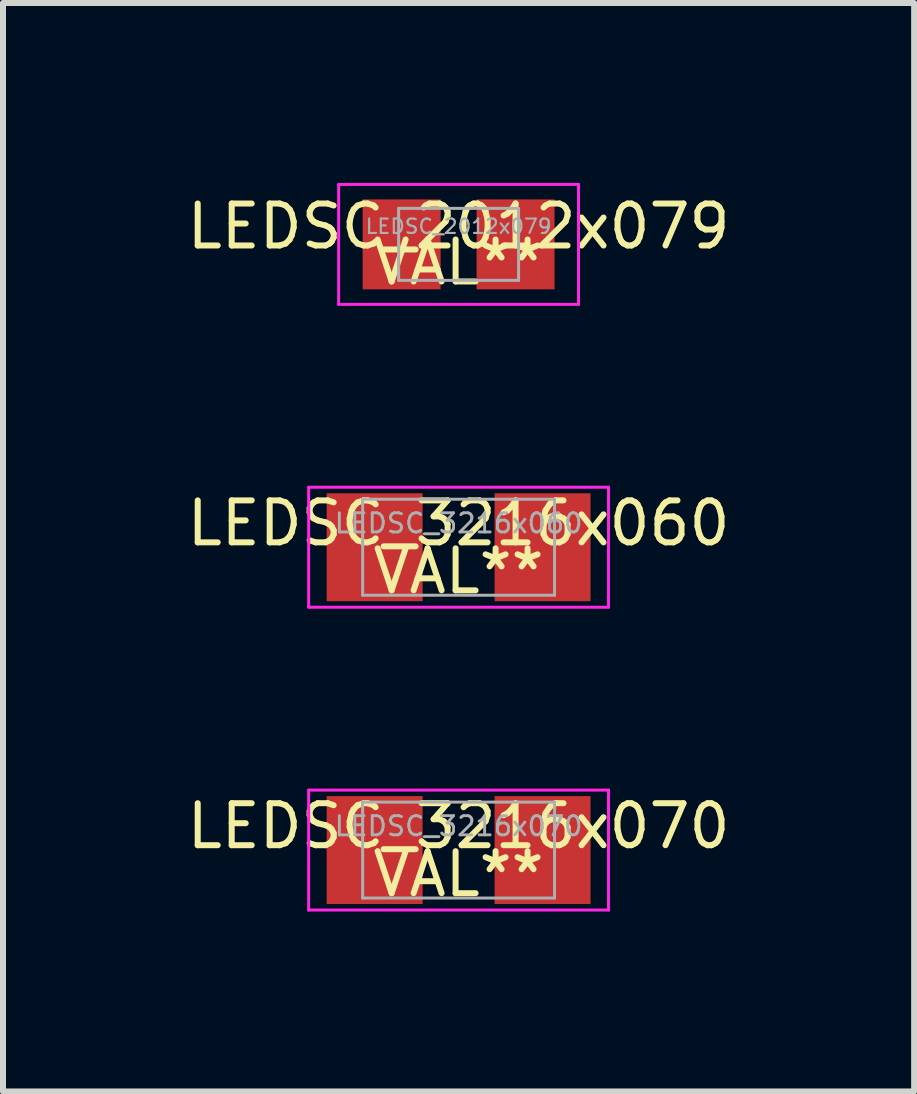
<source format=kicad_pcb>
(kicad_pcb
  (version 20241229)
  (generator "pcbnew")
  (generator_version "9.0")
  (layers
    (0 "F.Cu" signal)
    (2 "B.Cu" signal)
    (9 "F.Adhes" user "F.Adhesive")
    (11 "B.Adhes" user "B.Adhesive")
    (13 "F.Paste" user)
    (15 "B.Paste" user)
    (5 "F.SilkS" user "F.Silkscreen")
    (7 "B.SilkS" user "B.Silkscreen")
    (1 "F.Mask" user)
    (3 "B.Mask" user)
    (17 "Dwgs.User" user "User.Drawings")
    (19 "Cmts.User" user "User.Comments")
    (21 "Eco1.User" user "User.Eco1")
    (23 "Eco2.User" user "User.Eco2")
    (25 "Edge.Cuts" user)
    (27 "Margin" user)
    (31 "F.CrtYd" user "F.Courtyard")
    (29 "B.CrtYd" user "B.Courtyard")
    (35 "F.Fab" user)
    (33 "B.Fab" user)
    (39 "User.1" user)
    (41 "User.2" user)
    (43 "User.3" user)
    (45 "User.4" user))
  (footprint "LEDSC_2012x079"
    (layer "F.Cu")
    (at 4.597 1.025)
    (property "Reference" "LEDSC_2012x079" (at 0 -0.3 0) (layer "F.Fab") (effects (font (size 0.24 0.24) (thickness 0.036))))
    (property "Value" "VAL**" (at 0 0.3 0) (layer "F.Fab") (hide yes) (effects (font (size 0.24 0.24) (thickness 0.036))))
    (attr smd)
    (fp_line (start -2 -1) (end 2 -1) (stroke (width 0.05) (type solid)) (layer "F.CrtYd"))
    (fp_line (start -2 1) (end -2 -1) (stroke (width 0.05) (type solid)) (layer "F.CrtYd"))
    (fp_line (start 2 -1) (end 2 1) (stroke (width 0.05) (type solid)) (layer "F.CrtYd"))
    (fp_line (start 2 1) (end -2 1) (stroke (width 0.05) (type solid)) (layer "F.CrtYd"))
    (fp_line (start -1 -0.6) (end 1 -0.6) (stroke (width 0.05) (type solid)) (layer "F.Fab"))
    (fp_line (start -1 0.6) (end -1 -0.6) (stroke (width 0.05) (type solid)) (layer "F.Fab"))
    (fp_line (start 1 -0.6) (end 1 0.6) (stroke (width 0.05) (type solid)) (layer "F.Fab"))
    (fp_line (start 1 0.6) (end -1 0.6) (stroke (width 0.05) (type solid)) (layer "F.Fab"))
    (fp_text user "${VALUE}" (at 0 0.3 0) (layer "F.SilkS") (effects (font (size 0.7 0.7) (thickness 0.1))))
    (fp_text user "${REFERENCE}" (at 0 -0.3 0) (layer "F.SilkS") (effects (font (size 0.7 0.7) (thickness 0.1))))
    (pad "1" smd rect (at -0.95 0) (size 1.3 1.5) (layers "F.Cu" "F.Mask" "F.Paste"))
    (pad "2" smd rect (at 0.95 0) (size 1.3 1.5) (layers "F.Cu" "F.Mask" "F.Paste")))
  (footprint "LEDSC_3216x070"
    (layer "F.Cu")
    (at 4.597 11.125)
    (property "Reference" "LEDSC_3216x070" (at 0 -0.4 0) (layer "F.Fab") (effects (font (size 0.32 0.32) (thickness 0.048))))
    (property "Value" "VAL**" (at 0 0.4 0) (layer "F.Fab") (hide yes) (effects (font (size 0.32 0.32) (thickness 0.048))))
    (attr smd)
    (fp_line (start -2.5 -1) (end 2.5 -1) (stroke (width 0.05) (type solid)) (layer "F.CrtYd"))
    (fp_line (start -2.5 1) (end -2.5 -1) (stroke (width 0.05) (type solid)) (layer "F.CrtYd"))
    (fp_line (start 2.5 -1) (end 2.5 1) (stroke (width 0.05) (type solid)) (layer "F.CrtYd"))
    (fp_line (start 2.5 1) (end -2.5 1) (stroke (width 0.05) (type solid)) (layer "F.CrtYd"))
    (fp_line (start -1.6 -0.8) (end 1.6 -0.8) (stroke (width 0.05) (type solid)) (layer "F.Fab"))
    (fp_line (start -1.6 0.8) (end -1.6 -0.8) (stroke (width 0.05) (type solid)) (layer "F.Fab"))
    (fp_line (start 1.6 -0.8) (end 1.6 0.8) (stroke (width 0.05) (type solid)) (layer "F.Fab"))
    (fp_line (start 1.6 0.8) (end -1.6 0.8) (stroke (width 0.05) (type solid)) (layer "F.Fab"))
    (fp_text user "${REFERENCE}" (at 0 -0.4 0) (layer "F.SilkS") (effects (font (size 0.7 0.7) (thickness 0.1))))
    (fp_text user "${VALUE}" (at 0 0.4 0) (layer "F.SilkS") (effects (font (size 0.7 0.7) (thickness 0.1))))
    (pad "1" smd rect (at -1.4 0) (size 1.6 1.8) (layers "F.Cu" "F.Mask" "F.Paste"))
    (pad "2" smd rect (at 1.4 0) (size 1.6 1.8) (layers "F.Cu" "F.Mask" "F.Paste")))
  (footprint "LEDSC_3216x060"
    (layer "F.Cu")
    (at 4.597 6.075)
    (property "Reference" "LEDSC_3216x060" (at 0 -0.4 0) (layer "F.Fab") (effects (font (size 0.32 0.32) (thickness 0.048))))
    (property "Value" "VAL**" (at 0 0.4 0) (layer "F.Fab") (hide yes) (effects (font (size 0.32 0.32) (thickness 0.048))))
    (attr smd)
    (fp_line (start -2.5 -1) (end 2.5 -1) (stroke (width 0.05) (type solid)) (layer "F.CrtYd"))
    (fp_line (start -2.5 1) (end -2.5 -1) (stroke (width 0.05) (type solid)) (layer "F.CrtYd"))
    (fp_line (start 2.5 -1) (end 2.5 1) (stroke (width 0.05) (type solid)) (layer "F.CrtYd"))
    (fp_line (start 2.5 1) (end -2.5 1) (stroke (width 0.05) (type solid)) (layer "F.CrtYd"))
    (fp_line (start -1.6 -0.8) (end 1.6 -0.8) (stroke (width 0.05) (type solid)) (layer "F.Fab"))
    (fp_line (start -1.6 0.8) (end -1.6 -0.8) (stroke (width 0.05) (type solid)) (layer "F.Fab"))
    (fp_line (start 1.6 -0.8) (end 1.6 0.8) (stroke (width 0.05) (type solid)) (layer "F.Fab"))
    (fp_line (start 1.6 0.8) (end -1.6 0.8) (stroke (width 0.05) (type solid)) (layer "F.Fab"))
    (fp_text user "${VALUE}" (at 0 0.4 0) (layer "F.SilkS") (effects (font (size 0.7 0.7) (thickness 0.1))))
    (fp_text user "${REFERENCE}" (at 0 -0.4 0) (layer "F.SilkS") (effects (font (size 0.7 0.7) (thickness 0.1))))
    (pad "1" smd rect (at -1.4 0) (size 1.6 1.8) (layers "F.Cu" "F.Mask" "F.Paste"))
    (pad "2" smd rect (at 1.4 0) (size 1.6 1.8) (layers "F.Cu" "F.Mask" "F.Paste")))
  (gr_rect
    (start -3 -3)
    (end 12.193 15.15)
    (stroke (width 0.1) (type default))
    (fill no)
    (layer "Edge.Cuts")))
</source>
